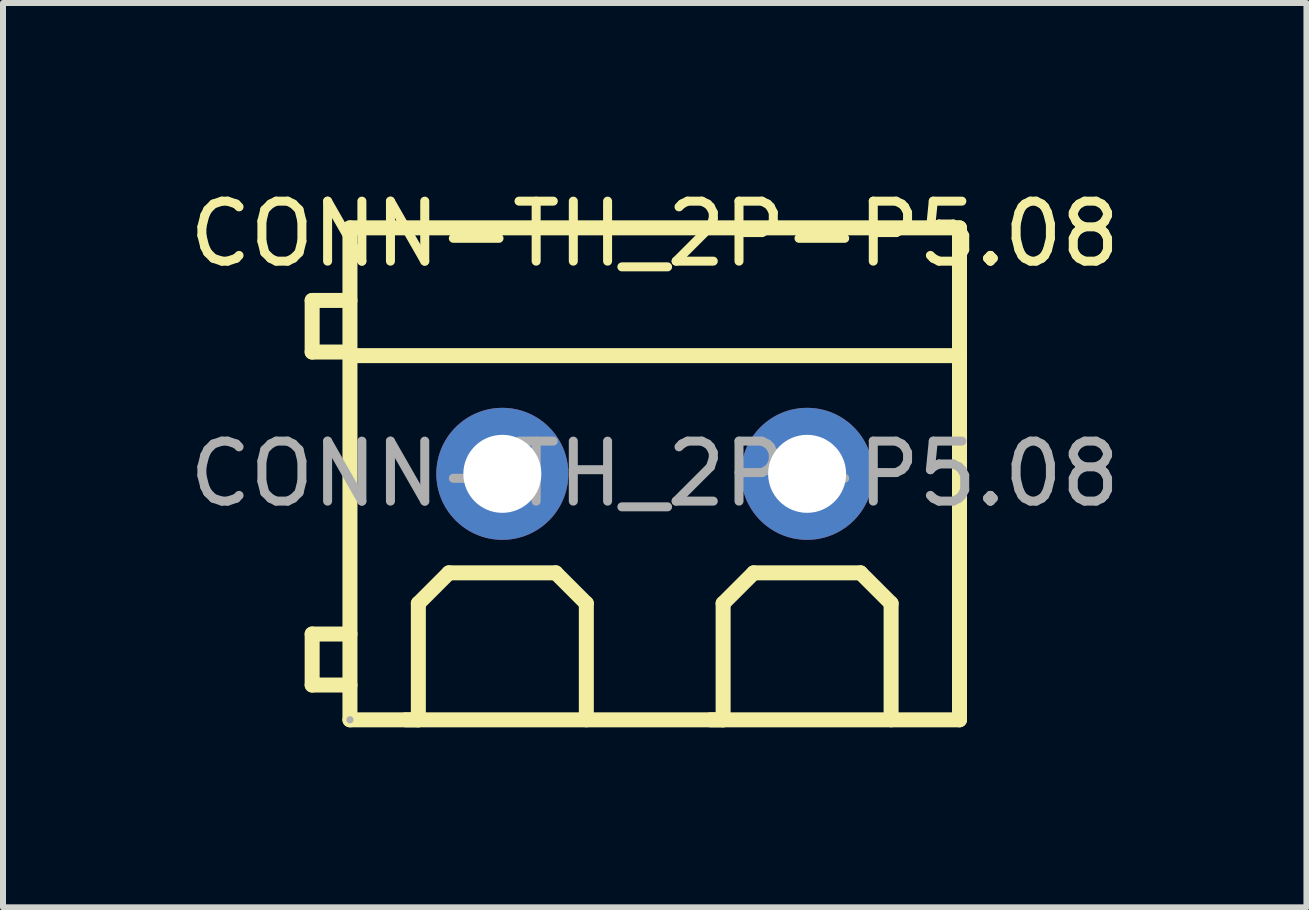
<source format=kicad_pcb>
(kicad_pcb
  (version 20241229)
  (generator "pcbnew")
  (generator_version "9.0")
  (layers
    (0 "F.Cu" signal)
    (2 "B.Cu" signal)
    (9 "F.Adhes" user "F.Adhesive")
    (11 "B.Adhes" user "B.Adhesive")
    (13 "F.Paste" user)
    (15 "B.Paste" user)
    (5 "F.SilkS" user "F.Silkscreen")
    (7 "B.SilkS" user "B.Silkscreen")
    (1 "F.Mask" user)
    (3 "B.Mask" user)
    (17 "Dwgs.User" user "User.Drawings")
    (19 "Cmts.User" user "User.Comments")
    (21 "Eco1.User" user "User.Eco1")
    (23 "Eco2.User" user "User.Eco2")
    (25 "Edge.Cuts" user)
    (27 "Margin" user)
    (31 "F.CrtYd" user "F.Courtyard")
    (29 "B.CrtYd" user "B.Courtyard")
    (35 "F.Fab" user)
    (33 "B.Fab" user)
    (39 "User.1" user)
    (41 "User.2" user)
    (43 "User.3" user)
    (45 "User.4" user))
  (footprint "CONN-TH_2P-P5.08"
    (layer "F.Cu")
    (at 7.863 4.848)
    (property "Reference" "CONN-TH_2P-P5.08" (at 0 -4 0) (layer "F.SilkS") (effects (font (size 1 1) (thickness 0.15))))
    (attr through_hole)
    (fp_line (start -5.71 -2.89) (end -5.71 -2.03) (stroke (width 0.25) (type solid)) (layer "F.SilkS"))
    (fp_line (start -5.71 -2.03) (end -5.08 -2.03) (stroke (width 0.25) (type solid)) (layer "F.SilkS"))
    (fp_line (start -5.71 2.67) (end -5.71 3.52) (stroke (width 0.25) (type solid)) (layer "F.SilkS"))
    (fp_line (start -5.71 3.52) (end -5.08 3.52) (stroke (width 0.25) (type solid)) (layer "F.SilkS"))
    (fp_line (start -5.08 -4.1) (end -5.08 4.1) (stroke (width 0.25) (type solid)) (layer "F.SilkS"))
    (fp_line (start -5.08 -4.1) (end 5.08 -4.1) (stroke (width 0.25) (type solid)) (layer "F.SilkS"))
    (fp_line (start -5.08 -2.89) (end -5.71 -2.89) (stroke (width 0.25) (type solid)) (layer "F.SilkS"))
    (fp_line (start -5.08 -1.97) (end 5.08 -1.97) (stroke (width 0.25) (type solid)) (layer "F.SilkS"))
    (fp_line (start -5.08 2.67) (end -5.71 2.67) (stroke (width 0.25) (type solid)) (layer "F.SilkS"))
    (fp_line (start -5.08 4.1) (end 5.08 4.1) (stroke (width 0.25) (type solid)) (layer "F.SilkS"))
    (fp_line (start -4.15 4.1) (end -3.94 4.1) (stroke (width 0.25) (type solid)) (layer "F.SilkS"))
    (fp_line (start -3.94 2.16) (end -3.43 1.65) (stroke (width 0.25) (type solid)) (layer "F.SilkS"))
    (fp_line (start -3.94 4.1) (end -3.94 2.16) (stroke (width 0.25) (type solid)) (layer "F.SilkS"))
    (fp_line (start -3.43 1.65) (end -1.65 1.65) (stroke (width 0.25) (type solid)) (layer "F.SilkS"))
    (fp_line (start -1.65 1.65) (end -1.14 2.16) (stroke (width 0.25) (type solid)) (layer "F.SilkS"))
    (fp_line (start -1.14 2.16) (end -1.14 4.1) (stroke (width 0.25) (type solid)) (layer "F.SilkS"))
    (fp_line (start 0.93 4.1) (end 1.14 4.1) (stroke (width 0.25) (type solid)) (layer "F.SilkS"))
    (fp_line (start 1.14 2.16) (end 1.65 1.65) (stroke (width 0.25) (type solid)) (layer "F.SilkS"))
    (fp_line (start 1.14 4.1) (end 1.14 2.16) (stroke (width 0.25) (type solid)) (layer "F.SilkS"))
    (fp_line (start 1.65 1.65) (end 3.43 1.65) (stroke (width 0.25) (type solid)) (layer "F.SilkS"))
    (fp_line (start 3.43 1.65) (end 3.94 2.16) (stroke (width 0.25) (type solid)) (layer "F.SilkS"))
    (fp_line (start 3.94 2.16) (end 3.94 4.1) (stroke (width 0.25) (type solid)) (layer "F.SilkS"))
    (fp_line (start 5.08 -4.1) (end 5.08 4.1) (stroke (width 0.25) (type solid)) (layer "F.SilkS"))
    (fp_circle (center -5.08 4.1) (end -5.05 4.1) (stroke (width 0.06) (type solid)) (fill no) (layer "F.Fab"))
    (fp_text user "${REFERENCE}" (at 0 0 0) (layer "F.Fab") (effects (font (size 1 1) (thickness 0.15))))
    (pad "1" thru_hole circle (at -2.54 0) (size 2.2 2.2) (drill 1.3) (layers "*.Cu" "*.Mask"))
    (pad "2" thru_hole circle (at 2.54 0) (size 2.2 2.2) (drill 1.3) (layers "*.Cu" "*.Mask")))
  (gr_rect
    (start -3 -3)
    (end 18.726 12.073)
    (stroke (width 0.1) (type default))
    (fill no)
    (layer "Edge.Cuts")))
</source>
